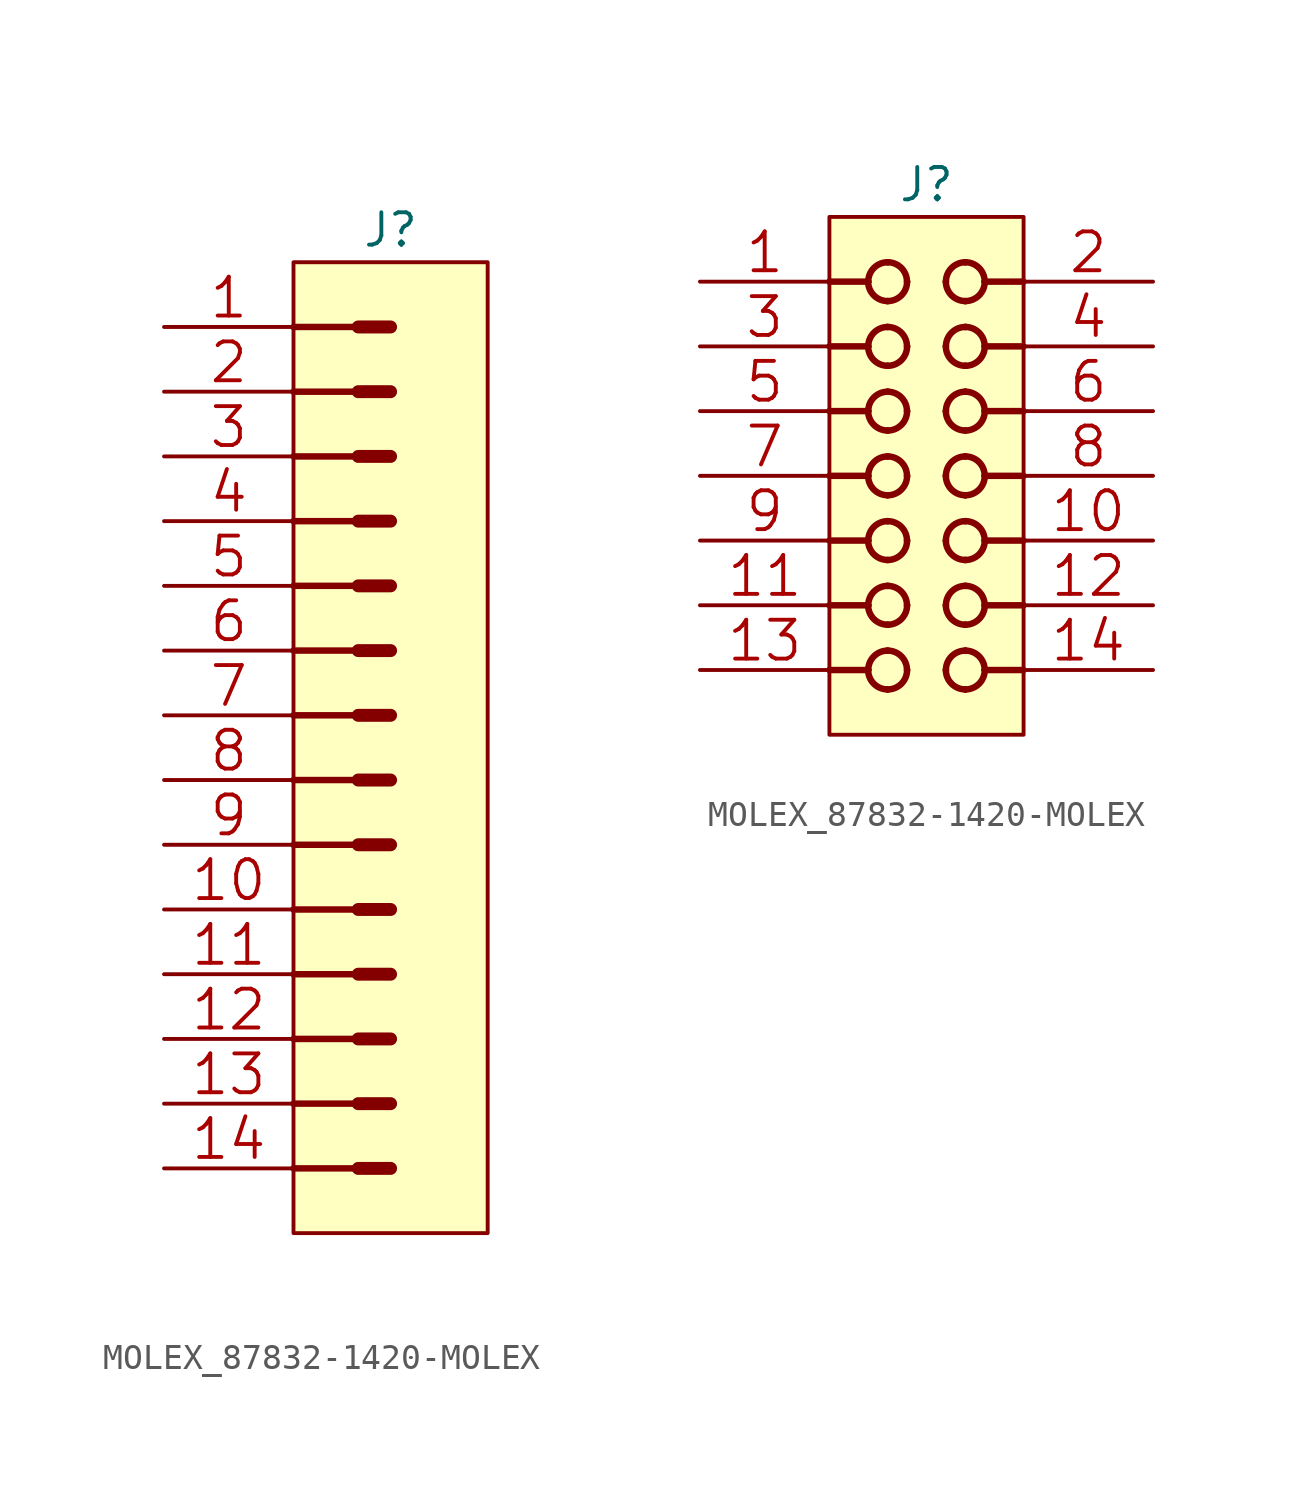
<source format=kicad_sym>
(kicad_symbol_lib
  (version 20200126)
  (host kicad_symbol_editor "(5.99.0-2809-gaceed2b0a4)")
  (symbol "LCD_Board-rescue:MOLEX_87832-1420-MOLEX"
    (pin_names
      (offset 1.27))
    (property "Reference" "J"
      (at 3.81 1.27 0)
      (effects (font (size 1.27 1.27))))
    (property "ki_locked" ""
      (at 0 0 0)
      (effects (font (size 1.27 1.27))))
    (symbol "MOLEX_87832-1420-MOLEX_0_2"
      (arc (start 2.286 -17.018) (end 3.048 -17.78) (radius (at 2.286 -17.78) (length 0.762) (angles 90 0)) (stroke (width 0.254)) (fill (type none)))
      (arc (start 2.286 -17.018) (end 1.524 -17.78) (radius (at 2.286 -17.78) (length 0.762) (angles 90 180)) (stroke (width 0.254)) (fill (type none)))
      (arc (start 2.286 -18.542) (end 3.048 -17.78) (radius (at 2.286 -17.78) (length 0.762) (angles -90 0)) (stroke (width 0.254)) (fill (type none)))
      (arc (start 2.286 -18.542) (end 1.524 -17.78) (radius (at 2.286 -17.78) (length 0.762) (angles -90 180)) (stroke (width 0.254)) (fill (type none)))
      (arc (start 2.286 -14.478) (end 3.048 -15.24) (radius (at 2.286 -15.24) (length 0.762) (angles 90 0)) (stroke (width 0.254)) (fill (type none)))
      (arc (start 2.286 -14.478) (end 1.524 -15.24) (radius (at 2.286 -15.24) (length 0.762) (angles 90 180)) (stroke (width 0.254)) (fill (type none)))
      (arc (start 2.286 -16.002) (end 3.048 -15.24) (radius (at 2.286 -15.24) (length 0.762) (angles -90 0)) (stroke (width 0.254)) (fill (type none)))
      (arc (start 2.286 -16.002) (end 1.524 -15.24) (radius (at 2.286 -15.24) (length 0.762) (angles -90 180)) (stroke (width 0.254)) (fill (type none)))
      (arc (start 2.286 -11.938) (end 3.048 -12.7) (radius (at 2.286 -12.7) (length 0.762) (angles 90 0)) (stroke (width 0.254)) (fill (type none)))
      (arc (start 2.286 -11.938) (end 1.524 -12.7) (radius (at 2.286 -12.7) (length 0.762) (angles 90 180)) (stroke (width 0.254)) (fill (type none)))
      (arc (start 2.286 -13.462) (end 3.048 -12.7) (radius (at 2.286 -12.7) (length 0.762) (angles -90 0)) (stroke (width 0.254)) (fill (type none)))
      (arc (start 2.286 -13.462) (end 1.524 -12.7) (radius (at 2.286 -12.7) (length 0.762) (angles -90 180)) (stroke (width 0.254)) (fill (type none)))
      (arc (start 2.286 -9.398) (end 3.048 -10.16) (radius (at 2.286 -10.16) (length 0.762) (angles 90 0)) (stroke (width 0.254)) (fill (type none)))
      (arc (start 2.286 -9.398) (end 1.524 -10.16) (radius (at 2.286 -10.16) (length 0.762) (angles 90 180)) (stroke (width 0.254)) (fill (type none)))
      (arc (start 2.286 -10.922) (end 3.048 -10.16) (radius (at 2.286 -10.16) (length 0.762) (angles -90 0)) (stroke (width 0.254)) (fill (type none)))
      (arc (start 2.286 -10.922) (end 1.524 -10.16) (radius (at 2.286 -10.16) (length 0.762) (angles -90 180)) (stroke (width 0.254)) (fill (type none)))
      (arc (start 2.286 -6.858) (end 3.048 -7.62) (radius (at 2.286 -7.62) (length 0.762) (angles 90 0)) (stroke (width 0.254)) (fill (type none)))
      (arc (start 2.286 -6.858) (end 1.524 -7.62) (radius (at 2.286 -7.62) (length 0.762) (angles 90 180)) (stroke (width 0.254)) (fill (type none)))
      (arc (start 2.286 -8.382) (end 3.048 -7.62) (radius (at 2.286 -7.62) (length 0.762) (angles -90 0)) (stroke (width 0.254)) (fill (type none)))
      (arc (start 2.286 -8.382) (end 1.524 -7.62) (radius (at 2.286 -7.62) (length 0.762) (angles -90 180)) (stroke (width 0.254)) (fill (type none)))
      (arc (start 2.286 -4.318) (end 3.048 -5.08) (radius (at 2.286 -5.08) (length 0.762) (angles 90 0)) (stroke (width 0.254)) (fill (type none)))
      (arc (start 2.286 -4.318) (end 1.524 -5.08) (radius (at 2.286 -5.08) (length 0.762) (angles 90 180)) (stroke (width 0.254)) (fill (type none)))
      (arc (start 2.286 -5.842) (end 3.048 -5.08) (radius (at 2.286 -5.08) (length 0.762) (angles -90 0)) (stroke (width 0.254)) (fill (type none)))
      (arc (start 2.286 -5.842) (end 1.524 -5.08) (radius (at 2.286 -5.08) (length 0.762) (angles -90 180)) (stroke (width 0.254)) (fill (type none)))
      (arc (start 2.286 -1.778) (end 3.048 -2.54) (radius (at 2.286 -2.54) (length 0.762) (angles 90 0)) (stroke (width 0.254)) (fill (type none)))
      (arc (start 2.286 -1.778) (end 1.524 -2.54) (radius (at 2.286 -2.54) (length 0.762) (angles 90 180)) (stroke (width 0.254)) (fill (type none)))
      (arc (start 2.286 -3.302) (end 3.048 -2.54) (radius (at 2.286 -2.54) (length 0.762) (angles -90 0)) (stroke (width 0.254)) (fill (type none)))
      (arc (start 2.286 -3.302) (end 1.524 -2.54) (radius (at 2.286 -2.54) (length 0.762) (angles -90 180)) (stroke (width 0.254)) (fill (type none)))
      (arc (start 5.334 -17.018) (end 6.096 -17.78) (radius (at 5.334 -17.78) (length 0.762) (angles 90 0)) (stroke (width 0.254)) (fill (type none)))
      (arc (start 5.334 -17.018) (end 4.572 -17.78) (radius (at 5.334 -17.78) (length 0.762) (angles 90 180)) (stroke (width 0.254)) (fill (type none)))
      (arc (start 5.334 -18.542) (end 6.096 -17.78) (radius (at 5.334 -17.78) (length 0.762) (angles -90 0)) (stroke (width 0.254)) (fill (type none)))
      (arc (start 5.334 -18.542) (end 4.572 -17.78) (radius (at 5.334 -17.78) (length 0.762) (angles -90 180)) (stroke (width 0.254)) (fill (type none)))
      (arc (start 5.334 -14.478) (end 6.096 -15.24) (radius (at 5.334 -15.24) (length 0.762) (angles 90 0)) (stroke (width 0.254)) (fill (type none)))
      (arc (start 5.334 -14.478) (end 4.572 -15.24) (radius (at 5.334 -15.24) (length 0.762) (angles 90 180)) (stroke (width 0.254)) (fill (type none)))
      (arc (start 5.334 -16.002) (end 6.096 -15.24) (radius (at 5.334 -15.24) (length 0.762) (angles -90 0)) (stroke (width 0.254)) (fill (type none)))
      (arc (start 5.334 -16.002) (end 4.572 -15.24) (radius (at 5.334 -15.24) (length 0.762) (angles -90 180)) (stroke (width 0.254)) (fill (type none)))
      (arc (start 5.334 -11.938) (end 6.096 -12.7) (radius (at 5.334 -12.7) (length 0.762) (angles 90 0)) (stroke (width 0.254)) (fill (type none)))
      (arc (start 5.334 -11.938) (end 4.572 -12.7) (radius (at 5.334 -12.7) (length 0.762) (angles 90 180)) (stroke (width 0.254)) (fill (type none)))
      (arc (start 5.334 -13.462) (end 6.096 -12.7) (radius (at 5.334 -12.7) (length 0.762) (angles -90 0)) (stroke (width 0.254)) (fill (type none)))
      (arc (start 5.334 -13.462) (end 4.572 -12.7) (radius (at 5.334 -12.7) (length 0.762) (angles -90 180)) (stroke (width 0.254)) (fill (type none)))
      (arc (start 5.334 -9.398) (end 6.096 -10.16) (radius (at 5.334 -10.16) (length 0.762) (angles 90 0)) (stroke (width 0.254)) (fill (type none)))
      (arc (start 5.334 -9.398) (end 4.572 -10.16) (radius (at 5.334 -10.16) (length 0.762) (angles 90 180)) (stroke (width 0.254)) (fill (type none)))
      (arc (start 5.334 -10.922) (end 6.096 -10.16) (radius (at 5.334 -10.16) (length 0.762) (angles -90 0)) (stroke (width 0.254)) (fill (type none)))
      (arc (start 5.334 -10.922) (end 4.572 -10.16) (radius (at 5.334 -10.16) (length 0.762) (angles -90 180)) (stroke (width 0.254)) (fill (type none)))
      (arc (start 5.334 -6.858) (end 6.096 -7.62) (radius (at 5.334 -7.62) (length 0.762) (angles 90 0)) (stroke (width 0.254)) (fill (type none)))
      (arc (start 5.334 -6.858) (end 4.572 -7.62) (radius (at 5.334 -7.62) (length 0.762) (angles 90 180)) (stroke (width 0.254)) (fill (type none)))
      (arc (start 5.334 -8.382) (end 6.096 -7.62) (radius (at 5.334 -7.62) (length 0.762) (angles -90 0)) (stroke (width 0.254)) (fill (type none)))
      (arc (start 5.334 -8.382) (end 4.572 -7.62) (radius (at 5.334 -7.62) (length 0.762) (angles -90 180)) (stroke (width 0.254)) (fill (type none)))
      (arc (start 5.334 -4.318) (end 6.096 -5.08) (radius (at 5.334 -5.08) (length 0.762) (angles 90 0)) (stroke (width 0.254)) (fill (type none)))
      (arc (start 5.334 -4.318) (end 4.572 -5.08) (radius (at 5.334 -5.08) (length 0.762) (angles 90 180)) (stroke (width 0.254)) (fill (type none)))
      (arc (start 5.334 -5.842) (end 6.096 -5.08) (radius (at 5.334 -5.08) (length 0.762) (angles -90 0)) (stroke (width 0.254)) (fill (type none)))
      (arc (start 5.334 -5.842) (end 4.572 -5.08) (radius (at 5.334 -5.08) (length 0.762) (angles -90 180)) (stroke (width 0.254)) (fill (type none)))
      (arc (start 5.334 -1.778) (end 6.096 -2.54) (radius (at 5.334 -2.54) (length 0.762) (angles 90 0)) (stroke (width 0.254)) (fill (type none)))
      (arc (start 5.334 -1.778) (end 4.572 -2.54) (radius (at 5.334 -2.54) (length 0.762) (angles 90 180)) (stroke (width 0.254)) (fill (type none)))
      (arc (start 5.334 -3.302) (end 6.096 -2.54) (radius (at 5.334 -2.54) (length 0.762) (angles -90 0)) (stroke (width 0.254)) (fill (type none)))
      (arc (start 5.334 -3.302) (end 4.572 -2.54) (radius (at 5.334 -2.54) (length 0.762) (angles -90 180)) (stroke (width 0.254)) (fill (type none)))
      (rectangle (start 0 -20.32) (end 7.62 0) (stroke (width 0)) (fill (type background)))
      (polyline (pts (xy 0 -17.78) (xy 1.524 -17.78)) (stroke (width 0.254)) (fill (type none)))
      (polyline (pts (xy 0 -15.24) (xy 1.524 -15.24)) (stroke (width 0.254)) (fill (type none)))
      (polyline (pts (xy 0 -12.7) (xy 1.524 -12.7)) (stroke (width 0.254)) (fill (type none)))
      (polyline (pts (xy 0 -10.16) (xy 1.524 -10.16)) (stroke (width 0.254)) (fill (type none)))
      (polyline (pts (xy 0 -7.62) (xy 1.524 -7.62)) (stroke (width 0.254)) (fill (type none)))
      (polyline (pts (xy 0 -5.08) (xy 1.524 -5.08)) (stroke (width 0.254)) (fill (type none)))
      (polyline (pts (xy 0 -2.54) (xy 1.524 -2.54)) (stroke (width 0.254)) (fill (type none)))
      (polyline (pts (xy 1.524 -17.78) (xy 1.524 -17.78)) (stroke (width 0.254)) (fill (type none)))
      (polyline (pts (xy 1.524 -15.24) (xy 1.524 -15.24)) (stroke (width 0.254)) (fill (type none)))
      (polyline (pts (xy 1.524 -12.7) (xy 1.524 -12.7)) (stroke (width 0.254)) (fill (type none)))
      (polyline (pts (xy 1.524 -10.16) (xy 1.524 -10.16)) (stroke (width 0.254)) (fill (type none)))
      (polyline (pts (xy 1.524 -7.62) (xy 1.524 -7.62)) (stroke (width 0.254)) (fill (type none)))
      (polyline (pts (xy 1.524 -5.08) (xy 1.524 -5.08)) (stroke (width 0.254)) (fill (type none)))
      (polyline (pts (xy 1.524 -2.54) (xy 1.524 -2.54)) (stroke (width 0.254)) (fill (type none)))
      (polyline (pts (xy 2.286 -18.542) (xy 2.286 -18.542)) (stroke (width 0.254)) (fill (type none)))
      (polyline (pts (xy 2.286 -17.018) (xy 2.286 -17.018)) (stroke (width 0.254)) (fill (type none)))
      (polyline (pts (xy 2.286 -16.002) (xy 2.286 -16.002)) (stroke (width 0.254)) (fill (type none)))
      (polyline (pts (xy 2.286 -14.478) (xy 2.286 -14.478)) (stroke (width 0.254)) (fill (type none)))
      (polyline (pts (xy 2.286 -13.462) (xy 2.286 -13.462)) (stroke (width 0.254)) (fill (type none)))
      (polyline (pts (xy 2.286 -11.938) (xy 2.286 -11.938)) (stroke (width 0.254)) (fill (type none)))
      (polyline (pts (xy 2.286 -10.922) (xy 2.286 -10.922)) (stroke (width 0.254)) (fill (type none)))
      (polyline (pts (xy 2.286 -9.398) (xy 2.286 -9.398)) (stroke (width 0.254)) (fill (type none)))
      (polyline (pts (xy 2.286 -8.382) (xy 2.286 -8.382)) (stroke (width 0.254)) (fill (type none)))
      (polyline (pts (xy 2.286 -6.858) (xy 2.286 -6.858)) (stroke (width 0.254)) (fill (type none)))
      (polyline (pts (xy 2.286 -5.842) (xy 2.286 -5.842)) (stroke (width 0.254)) (fill (type none)))
      (polyline (pts (xy 2.286 -4.318) (xy 2.286 -4.318)) (stroke (width 0.254)) (fill (type none)))
      (polyline (pts (xy 2.286 -3.302) (xy 2.286 -3.302)) (stroke (width 0.254)) (fill (type none)))
      (polyline (pts (xy 2.286 -1.778) (xy 2.286 -1.778)) (stroke (width 0.254)) (fill (type none)))
      (polyline (pts (xy 3.048 -17.78) (xy 3.048 -17.78)) (stroke (width 0.254)) (fill (type none)))
      (polyline (pts (xy 3.048 -15.24) (xy 3.048 -15.24)) (stroke (width 0.254)) (fill (type none)))
      (polyline (pts (xy 3.048 -12.7) (xy 3.048 -12.7)) (stroke (width 0.254)) (fill (type none)))
      (polyline (pts (xy 3.048 -10.16) (xy 3.048 -10.16)) (stroke (width 0.254)) (fill (type none)))
      (polyline (pts (xy 3.048 -7.62) (xy 3.048 -7.62)) (stroke (width 0.254)) (fill (type none)))
      (polyline (pts (xy 3.048 -5.08) (xy 3.048 -5.08)) (stroke (width 0.254)) (fill (type none)))
      (polyline (pts (xy 3.048 -2.54) (xy 3.048 -2.54)) (stroke (width 0.254)) (fill (type none)))
      (polyline (pts (xy 4.572 -17.78) (xy 4.572 -17.78)) (stroke (width 0.254)) (fill (type none)))
      (polyline (pts (xy 4.572 -15.24) (xy 4.572 -15.24)) (stroke (width 0.254)) (fill (type none)))
      (polyline (pts (xy 4.572 -12.7) (xy 4.572 -12.7)) (stroke (width 0.254)) (fill (type none)))
      (polyline (pts (xy 4.572 -10.16) (xy 4.572 -10.16)) (stroke (width 0.254)) (fill (type none)))
      (polyline (pts (xy 4.572 -7.62) (xy 4.572 -7.62)) (stroke (width 0.254)) (fill (type none)))
      (polyline (pts (xy 4.572 -5.08) (xy 4.572 -5.08)) (stroke (width 0.254)) (fill (type none)))
      (polyline (pts (xy 4.572 -2.54) (xy 4.572 -2.54)) (stroke (width 0.254)) (fill (type none)))
      (polyline (pts (xy 5.334 -18.542) (xy 5.334 -18.542)) (stroke (width 0.254)) (fill (type none)))
      (polyline (pts (xy 5.334 -17.018) (xy 5.334 -17.018)) (stroke (width 0.254)) (fill (type none)))
      (polyline (pts (xy 5.334 -16.002) (xy 5.334 -16.002)) (stroke (width 0.254)) (fill (type none)))
      (polyline (pts (xy 5.334 -14.478) (xy 5.334 -14.478)) (stroke (width 0.254)) (fill (type none)))
      (polyline (pts (xy 5.334 -13.462) (xy 5.334 -13.462)) (stroke (width 0.254)) (fill (type none)))
      (polyline (pts (xy 5.334 -11.938) (xy 5.334 -11.938)) (stroke (width 0.254)) (fill (type none)))
      (polyline (pts (xy 5.334 -10.922) (xy 5.334 -10.922)) (stroke (width 0.254)) (fill (type none)))
      (polyline (pts (xy 5.334 -9.398) (xy 5.334 -9.398)) (stroke (width 0.254)) (fill (type none)))
      (polyline (pts (xy 5.334 -8.382) (xy 5.334 -8.382)) (stroke (width 0.254)) (fill (type none)))
      (polyline (pts (xy 5.334 -6.858) (xy 5.334 -6.858)) (stroke (width 0.254)) (fill (type none)))
      (polyline (pts (xy 5.334 -5.842) (xy 5.334 -5.842)) (stroke (width 0.254)) (fill (type none)))
      (polyline (pts (xy 5.334 -4.318) (xy 5.334 -4.318)) (stroke (width 0.254)) (fill (type none)))
      (polyline (pts (xy 5.334 -3.302) (xy 5.334 -3.302)) (stroke (width 0.254)) (fill (type none)))
      (polyline (pts (xy 5.334 -1.778) (xy 5.334 -1.778)) (stroke (width 0.254)) (fill (type none)))
      (polyline (pts (xy 6.096 -17.78) (xy 6.096 -17.78)) (stroke (width 0.254)) (fill (type none)))
      (polyline (pts (xy 6.096 -15.24) (xy 6.096 -15.24)) (stroke (width 0.254)) (fill (type none)))
      (polyline (pts (xy 6.096 -12.7) (xy 6.096 -12.7)) (stroke (width 0.254)) (fill (type none)))
      (polyline (pts (xy 6.096 -10.16) (xy 6.096 -10.16)) (stroke (width 0.254)) (fill (type none)))
      (polyline (pts (xy 6.096 -7.62) (xy 6.096 -7.62)) (stroke (width 0.254)) (fill (type none)))
      (polyline (pts (xy 6.096 -5.08) (xy 6.096 -5.08)) (stroke (width 0.254)) (fill (type none)))
      (polyline (pts (xy 6.096 -2.54) (xy 6.096 -2.54)) (stroke (width 0.254)) (fill (type none)))
      (polyline (pts (xy 7.62 -17.78) (xy 6.096 -17.78)) (stroke (width 0.254)) (fill (type none)))
      (polyline (pts (xy 7.62 -15.24) (xy 6.096 -15.24)) (stroke (width 0.254)) (fill (type none)))
      (polyline (pts (xy 7.62 -12.7) (xy 6.096 -12.7)) (stroke (width 0.254)) (fill (type none)))
      (polyline (pts (xy 7.62 -10.16) (xy 6.096 -10.16)) (stroke (width 0.254)) (fill (type none)))
      (polyline (pts (xy 7.62 -7.62) (xy 6.096 -7.62)) (stroke (width 0.254)) (fill (type none)))
      (polyline (pts (xy 7.62 -5.08) (xy 6.096 -5.08)) (stroke (width 0.254)) (fill (type none)))
      (polyline (pts (xy 7.62 -2.54) (xy 6.096 -2.54)) (stroke (width 0.254)) (fill (type none)))
      (pin bidirectional line (at -5.08 -2.54 0) (length 5.08) (name "1" (effects (font (size 0 0)))) (number "1" (effects (font (size 1.524 1.524)))))
      (pin bidirectional line (at 12.7 -12.7 180) (length 5.08) (name "10" (effects (font (size 0 0)))) (number "10" (effects (font (size 1.524 1.524)))))
      (pin bidirectional line (at -5.08 -15.24 0) (length 5.08) (name "11" (effects (font (size 0 0)))) (number "11" (effects (font (size 1.524 1.524)))))
      (pin bidirectional line (at 12.7 -15.24 180) (length 5.08) (name "12" (effects (font (size 0 0)))) (number "12" (effects (font (size 1.524 1.524)))))
      (pin bidirectional line (at -5.08 -17.78 0) (length 5.08) (name "13" (effects (font (size 0 0)))) (number "13" (effects (font (size 1.524 1.524)))))
      (pin bidirectional line (at 12.7 -17.78 180) (length 5.08) (name "14" (effects (font (size 0 0)))) (number "14" (effects (font (size 1.524 1.524)))))
      (pin bidirectional line (at 12.7 -2.54 180) (length 5.08) (name "2" (effects (font (size 0 0)))) (number "2" (effects (font (size 1.524 1.524)))))
      (pin bidirectional line (at -5.08 -5.08 0) (length 5.08) (name "3" (effects (font (size 0 0)))) (number "3" (effects (font (size 1.524 1.524)))))
      (pin bidirectional line (at 12.7 -5.08 180) (length 5.08) (name "4" (effects (font (size 0 0)))) (number "4" (effects (font (size 1.524 1.524)))))
      (pin bidirectional line (at -5.08 -7.62 0) (length 5.08) (name "5" (effects (font (size 0 0)))) (number "5" (effects (font (size 1.524 1.524)))))
      (pin bidirectional line (at 12.7 -7.62 180) (length 5.08) (name "6" (effects (font (size 0 0)))) (number "6" (effects (font (size 1.524 1.524)))))
      (pin bidirectional line (at -5.08 -10.16 0) (length 5.08) (name "7" (effects (font (size 0 0)))) (number "7" (effects (font (size 1.524 1.524)))))
      (pin bidirectional line (at 12.7 -10.16 180) (length 5.08) (name "8" (effects (font (size 0 0)))) (number "8" (effects (font (size 1.524 1.524)))))
      (pin bidirectional line (at -5.08 -12.7 0) (length 5.08) (name "9" (effects (font (size 0 0)))) (number "9" (effects (font (size 1.524 1.524))))))
    (symbol "MOLEX_87832-1420-MOLEX_0_1"
      (rectangle (start 0 -38.1) (end 7.62 0) (stroke (width 0)) (fill (type background)))
      (polyline (pts (xy 0 -35.56) (xy 2.54 -35.56)) (stroke (width 0.254)) (fill (type none)))
      (polyline (pts (xy 0 -33.02) (xy 2.54 -33.02)) (stroke (width 0.254)) (fill (type none)))
      (polyline (pts (xy 0 -30.48) (xy 2.54 -30.48)) (stroke (width 0.254)) (fill (type none)))
      (polyline (pts (xy 0 -27.94) (xy 2.54 -27.94)) (stroke (width 0.254)) (fill (type none)))
      (polyline (pts (xy 0 -25.4) (xy 2.54 -25.4)) (stroke (width 0.254)) (fill (type none)))
      (polyline (pts (xy 0 -22.86) (xy 2.54 -22.86)) (stroke (width 0.254)) (fill (type none)))
      (polyline (pts (xy 0 -20.32) (xy 2.54 -20.32)) (stroke (width 0.254)) (fill (type none)))
      (polyline (pts (xy 0 -17.78) (xy 2.54 -17.78)) (stroke (width 0.254)) (fill (type none)))
      (polyline (pts (xy 0 -15.24) (xy 2.54 -15.24)) (stroke (width 0.254)) (fill (type none)))
      (polyline (pts (xy 0 -12.7) (xy 2.54 -12.7)) (stroke (width 0.254)) (fill (type none)))
      (polyline (pts (xy 0 -10.16) (xy 2.54 -10.16)) (stroke (width 0.254)) (fill (type none)))
      (polyline (pts (xy 0 -7.62) (xy 2.54 -7.62)) (stroke (width 0.254)) (fill (type none)))
      (polyline (pts (xy 0 -5.08) (xy 2.54 -5.08)) (stroke (width 0.254)) (fill (type none)))
      (polyline (pts (xy 0 -2.54) (xy 2.54 -2.54)) (stroke (width 0.254)) (fill (type none)))
      (polyline (pts (xy 3.81 -35.56) (xy 2.54 -35.56)) (stroke (width 0.508)) (fill (type none)))
      (polyline (pts (xy 3.81 -33.02) (xy 2.54 -33.02)) (stroke (width 0.508)) (fill (type none)))
      (polyline (pts (xy 3.81 -30.48) (xy 2.54 -30.48)) (stroke (width 0.508)) (fill (type none)))
      (polyline (pts (xy 3.81 -27.94) (xy 2.54 -27.94)) (stroke (width 0.508)) (fill (type none)))
      (polyline (pts (xy 3.81 -25.4) (xy 2.54 -25.4)) (stroke (width 0.508)) (fill (type none)))
      (polyline (pts (xy 3.81 -22.86) (xy 2.54 -22.86)) (stroke (width 0.508)) (fill (type none)))
      (polyline (pts (xy 3.81 -20.32) (xy 2.54 -20.32)) (stroke (width 0.508)) (fill (type none)))
      (polyline (pts (xy 3.81 -17.78) (xy 2.54 -17.78)) (stroke (width 0.508)) (fill (type none)))
      (polyline (pts (xy 3.81 -15.24) (xy 2.54 -15.24)) (stroke (width 0.508)) (fill (type none)))
      (polyline (pts (xy 3.81 -12.7) (xy 2.54 -12.7)) (stroke (width 0.508)) (fill (type none)))
      (polyline (pts (xy 3.81 -10.16) (xy 2.54 -10.16)) (stroke (width 0.508)) (fill (type none)))
      (polyline (pts (xy 3.81 -7.62) (xy 2.54 -7.62)) (stroke (width 0.508)) (fill (type none)))
      (polyline (pts (xy 3.81 -5.08) (xy 2.54 -5.08)) (stroke (width 0.508)) (fill (type none)))
      (polyline (pts (xy 3.81 -2.54) (xy 2.54 -2.54)) (stroke (width 0.508)) (fill (type none)))
      (pin passive line (at -5.08 -2.54 0) (length 5.08) (name "1" (effects (font (size 0 0)))) (number "1" (effects (font (size 1.524 1.524)))))
      (pin passive line (at -5.08 -25.4 0) (length 5.08) (name "10" (effects (font (size 0 0)))) (number "10" (effects (font (size 1.524 1.524)))))
      (pin passive line (at -5.08 -27.94 0) (length 5.08) (name "11" (effects (font (size 0 0)))) (number "11" (effects (font (size 1.524 1.524)))))
      (pin passive line (at -5.08 -30.48 0) (length 5.08) (name "12" (effects (font (size 0 0)))) (number "12" (effects (font (size 1.524 1.524)))))
      (pin passive line (at -5.08 -33.02 0) (length 5.08) (name "13" (effects (font (size 0 0)))) (number "13" (effects (font (size 1.524 1.524)))))
      (pin passive line (at -5.08 -35.56 0) (length 5.08) (name "14" (effects (font (size 0 0)))) (number "14" (effects (font (size 1.524 1.524)))))
      (pin passive line (at -5.08 -5.08 0) (length 5.08) (name "2" (effects (font (size 0 0)))) (number "2" (effects (font (size 1.524 1.524)))))
      (pin passive line (at -5.08 -7.62 0) (length 5.08) (name "3" (effects (font (size 0 0)))) (number "3" (effects (font (size 1.524 1.524)))))
      (pin passive line (at -5.08 -10.16 0) (length 5.08) (name "4" (effects (font (size 0 0)))) (number "4" (effects (font (size 1.524 1.524)))))
      (pin passive line (at -5.08 -12.7 0) (length 5.08) (name "5" (effects (font (size 0 0)))) (number "5" (effects (font (size 1.524 1.524)))))
      (pin passive line (at -5.08 -15.24 0) (length 5.08) (name "6" (effects (font (size 0 0)))) (number "6" (effects (font (size 1.524 1.524)))))
      (pin passive line (at -5.08 -17.78 0) (length 5.08) (name "7" (effects (font (size 0 0)))) (number "7" (effects (font (size 1.524 1.524)))))
      (pin passive line (at -5.08 -20.32 0) (length 5.08) (name "8" (effects (font (size 0 0)))) (number "8" (effects (font (size 1.524 1.524)))))
      (pin passive line (at -5.08 -22.86 0) (length 5.08) (name "9" (effects (font (size 0 0)))) (number "9" (effects (font (size 1.524 1.524))))))))
</source>
